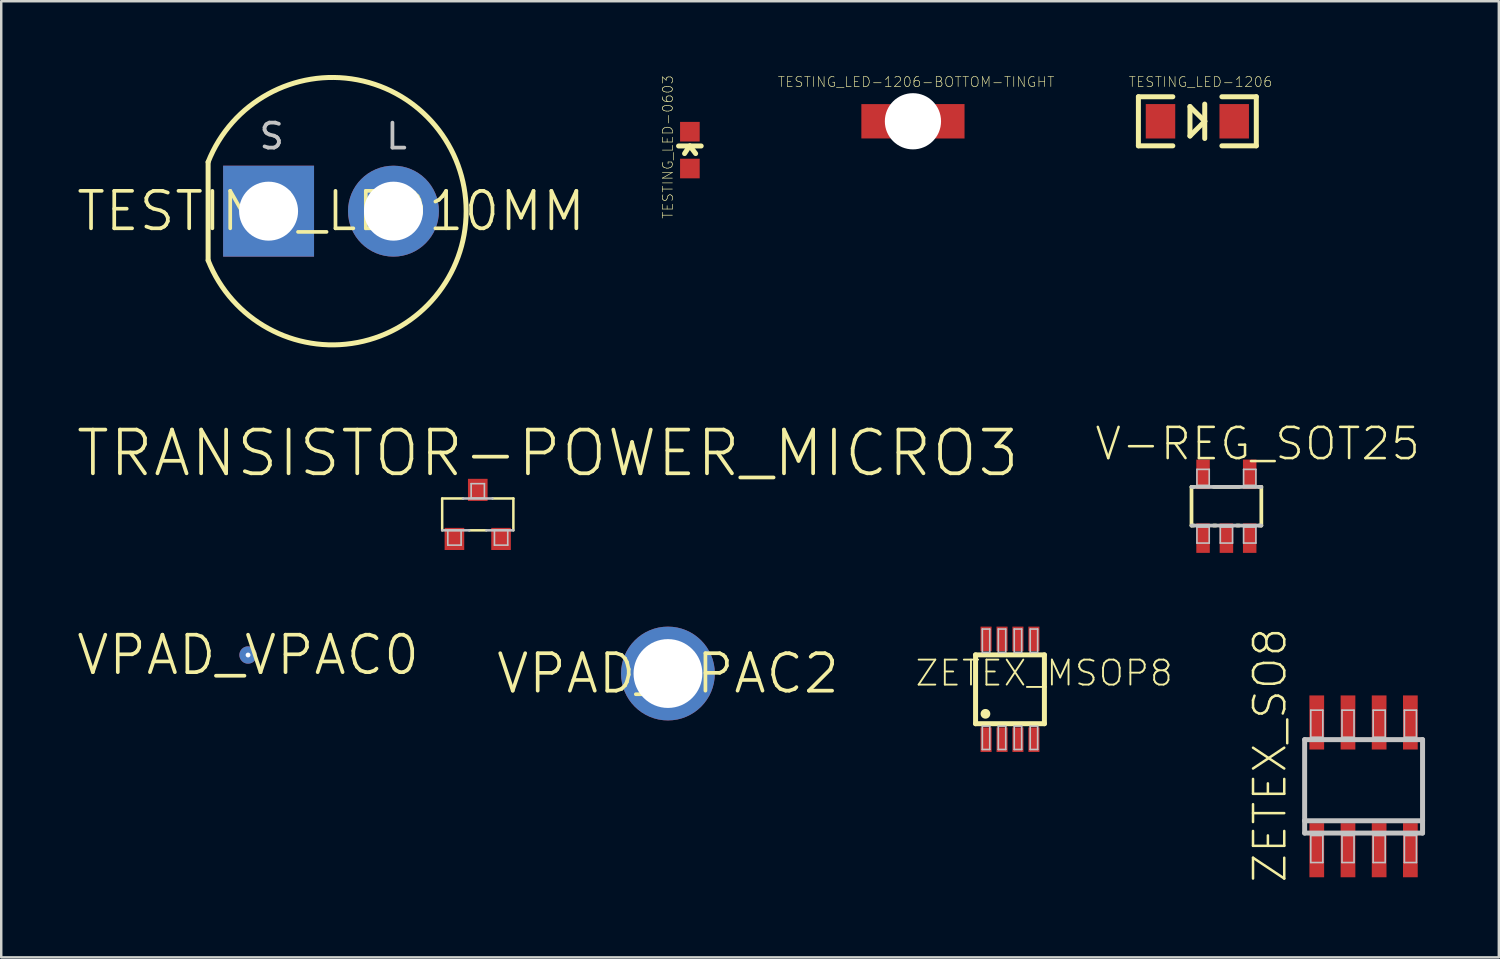
<source format=kicad_pcb>
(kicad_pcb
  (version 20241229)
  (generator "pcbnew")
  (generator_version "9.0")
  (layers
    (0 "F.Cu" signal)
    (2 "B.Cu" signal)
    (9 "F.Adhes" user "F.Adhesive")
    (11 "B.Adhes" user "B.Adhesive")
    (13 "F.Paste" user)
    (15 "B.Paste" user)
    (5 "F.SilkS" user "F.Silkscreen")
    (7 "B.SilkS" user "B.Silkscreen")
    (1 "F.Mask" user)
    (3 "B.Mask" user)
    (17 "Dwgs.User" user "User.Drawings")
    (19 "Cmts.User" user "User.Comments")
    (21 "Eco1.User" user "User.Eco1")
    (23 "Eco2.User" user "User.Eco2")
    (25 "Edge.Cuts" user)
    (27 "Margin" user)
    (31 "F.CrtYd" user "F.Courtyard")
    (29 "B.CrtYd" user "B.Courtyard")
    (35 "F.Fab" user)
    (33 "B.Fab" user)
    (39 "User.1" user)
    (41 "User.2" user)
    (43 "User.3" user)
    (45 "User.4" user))
  (footprint "TESTING_LED-0603"
    (layer "F.Cu")
    (at 25.01 3.056)
    (property "Reference" "TESTING_LED-0603" (at -0.899 -0.127 90) (layer "F.SilkS") (effects (font (size 0.406 0.406) (thickness 0.025))))
    (attr smd)
    (fp_line (start -0.46 -0.168) (end 0 -0.168) (stroke (width 0.203) (type solid)) (layer "F.SilkS"))
    (fp_line (start -0.025 -0.152) (end -0.216 0.14) (stroke (width 0.203) (type solid)) (layer "F.SilkS"))
    (fp_line (start 0 -0.168) (end 0.234 0.14) (stroke (width 0.203) (type solid)) (layer "F.SilkS"))
    (fp_line (start 0 -0.168) (end 0.46 -0.168) (stroke (width 0.203) (type solid)) (layer "F.SilkS"))
    (pad "A" smd rect (at 0 0.749) (size 0.798 0.798) (layers "F.Cu" "F.Mask" "F.Paste"))
    (pad "C" smd rect (at 0 -0.749) (size 0.798 0.798) (layers "F.Cu" "F.Mask" "F.Paste")))
  (footprint "V-REG_SOT25"
    (layer "F.Cu")
    (at 46.833 17.54)
    (property "Reference" "V-REG_SOT25" (at 1.27 -2.54 0) (layer "F.SilkS") (effects (font (size 1.27 1.27) (thickness 0.102))))
    (attr smd)
    (fp_line (start -1.42 -0.785) (end -1.326 -0.785) (stroke (width 0.152) (type solid)) (layer "F.SilkS"))
    (fp_line (start -1.42 0.785) (end -1.42 -0.785) (stroke (width 0.152) (type solid)) (layer "F.SilkS"))
    (fp_line (start -1.326 0.785) (end -1.42 0.785) (stroke (width 0.152) (type solid)) (layer "F.SilkS"))
    (fp_line (start -0.521 -0.785) (end 0.521 -0.785) (stroke (width 0.152) (type solid)) (layer "F.SilkS"))
    (fp_line (start -0.427 0.785) (end -0.521 0.785) (stroke (width 0.152) (type solid)) (layer "F.SilkS"))
    (fp_line (start 0.521 0.785) (end 0.427 0.785) (stroke (width 0.152) (type solid)) (layer "F.SilkS"))
    (fp_line (start 1.326 -0.785) (end 1.42 -0.785) (stroke (width 0.152) (type solid)) (layer "F.SilkS"))
    (fp_line (start 1.42 -0.785) (end 1.42 0.785) (stroke (width 0.152) (type solid)) (layer "F.SilkS"))
    (fp_line (start 1.42 0.785) (end 1.326 0.785) (stroke (width 0.152) (type solid)) (layer "F.SilkS"))
    (fp_line (start -1.42 -0.785) (end 1.42 -0.785) (stroke (width 0.152) (type solid)) (layer "Dwgs.User"))
    (fp_line (start -1.199 -1.499) (end -0.699 -1.499) (stroke (width 0.066) (type solid)) (layer "Dwgs.User"))
    (fp_line (start -1.199 -0.848) (end -1.199 -1.499) (stroke (width 0.066) (type solid)) (layer "Dwgs.User"))
    (fp_line (start -1.199 -0.848) (end -0.699 -0.848) (stroke (width 0.066) (type solid)) (layer "Dwgs.User"))
    (fp_line (start -1.199 0.848) (end -0.699 0.848) (stroke (width 0.066) (type solid)) (layer "Dwgs.User"))
    (fp_line (start -1.199 1.499) (end -1.199 0.848) (stroke (width 0.066) (type solid)) (layer "Dwgs.User"))
    (fp_line (start -1.199 1.499) (end -0.699 1.499) (stroke (width 0.066) (type solid)) (layer "Dwgs.User"))
    (fp_line (start -0.699 -0.848) (end -0.699 -1.499) (stroke (width 0.066) (type solid)) (layer "Dwgs.User"))
    (fp_line (start -0.699 1.499) (end -0.699 0.848) (stroke (width 0.066) (type solid)) (layer "Dwgs.User"))
    (fp_line (start -0.249 0.848) (end 0.249 0.848) (stroke (width 0.066) (type solid)) (layer "Dwgs.User"))
    (fp_line (start -0.249 1.499) (end -0.249 0.848) (stroke (width 0.066) (type solid)) (layer "Dwgs.User"))
    (fp_line (start -0.249 1.499) (end 0.249 1.499) (stroke (width 0.066) (type solid)) (layer "Dwgs.User"))
    (fp_line (start 0.249 1.499) (end 0.249 0.848) (stroke (width 0.066) (type solid)) (layer "Dwgs.User"))
    (fp_line (start 0.699 -1.499) (end 1.199 -1.499) (stroke (width 0.066) (type solid)) (layer "Dwgs.User"))
    (fp_line (start 0.699 -0.848) (end 0.699 -1.499) (stroke (width 0.066) (type solid)) (layer "Dwgs.User"))
    (fp_line (start 0.699 -0.848) (end 1.199 -0.848) (stroke (width 0.066) (type solid)) (layer "Dwgs.User"))
    (fp_line (start 0.699 0.848) (end 1.199 0.848) (stroke (width 0.066) (type solid)) (layer "Dwgs.User"))
    (fp_line (start 0.699 1.499) (end 0.699 0.848) (stroke (width 0.066) (type solid)) (layer "Dwgs.User"))
    (fp_line (start 0.699 1.499) (end 1.199 1.499) (stroke (width 0.066) (type solid)) (layer "Dwgs.User"))
    (fp_line (start 1.199 -0.848) (end 1.199 -1.499) (stroke (width 0.066) (type solid)) (layer "Dwgs.User"))
    (fp_line (start 1.199 1.499) (end 1.199 0.848) (stroke (width 0.066) (type solid)) (layer "Dwgs.User"))
    (fp_line (start 1.42 0.785) (end -1.42 0.785) (stroke (width 0.152) (type solid)) (layer "Dwgs.User"))
    (pad "1" smd rect (at -0.95 1.298) (size 0.549 1.199) (layers "F.Cu" "F.Mask" "F.Paste"))
    (pad "2" smd rect (at 0 1.298) (size 0.549 1.199) (layers "F.Cu" "F.Mask" "F.Paste"))
    (pad "3" smd rect (at 0.947 1.298) (size 0.549 1.199) (layers "F.Cu" "F.Mask" "F.Paste"))
    (pad "4" smd rect (at 0.947 -1.298) (size 0.549 1.199) (layers "F.Cu" "F.Mask" "F.Paste"))
    (pad "5" smd rect (at -0.95 -1.298) (size 0.549 1.199) (layers "F.Cu" "F.Mask" "F.Paste")))
  (footprint "TESTING_LED10MM"
    (layer "F.Cu")
    (at 10.414 5.539)
    (property "Reference" "TESTING_LED10MM" (at 0 0 0) (layer "F.SilkS") (effects (font (size 1.524 1.524) (thickness 0.15))))
    (attr exclude_from_pos_files exclude_from_bom)
    (fp_line (start -4.999 -1.999) (end -4.999 1.999) (stroke (width 0.203) (type solid)) (layer "F.SilkS"))
    (fp_arc (start -4.99872 -1.99898) (mid 5.496303 -0.003053) (end -4.996472 2.004657) (stroke (width 0.2032) (type solid)) (layer "F.SilkS"))
    (fp_text user "S" (at -2.413 -3.048 0) (layer "Dwgs.User") (effects (font (size 1.016 1.016) (thickness 0.152))))
    (fp_text user "L" (at 2.667 -3.048 0) (layer "Dwgs.User") (effects (font (size 1.016 1.016) (thickness 0.152))))
    (pad "A" thru_hole circle (at 2.54 0) (size 3.698 3.698) (drill 2.398) (layers "*.Cu" "*.Paste" "*.Mask"))
    (pad "C" thru_hole rect (at -2.54 0) (size 3.698 3.698) (drill 2.398) (layers "*.Cu" "*.Paste" "*.Mask")))
  (footprint "TESTING_LED-1206"
    (layer "F.Cu")
    (at 45.651 1.883)
    (property "Reference" "TESTING_LED-1206" (at 0.127 -1.6 0) (layer "F.SilkS") (effects (font (size 0.406 0.406) (thickness 0.025))))
    (attr smd)
    (fp_line (start -2.398 -0.998) (end -2.398 0.998) (stroke (width 0.203) (type solid)) (layer "F.SilkS"))
    (fp_line (start -2.398 0.998) (end -0.998 0.998) (stroke (width 0.203) (type solid)) (layer "F.SilkS"))
    (fp_line (start -0.998 -0.998) (end -2.398 -0.998) (stroke (width 0.203) (type solid)) (layer "F.SilkS"))
    (fp_line (start -0.3 -0.599) (end -0.3 0.599) (stroke (width 0.203) (type solid)) (layer "F.SilkS"))
    (fp_line (start -0.3 0.599) (end 0.3 0) (stroke (width 0.203) (type solid)) (layer "F.SilkS"))
    (fp_line (start 0.3 -0.699) (end 0.3 0) (stroke (width 0.203) (type solid)) (layer "F.SilkS"))
    (fp_line (start 0.3 0) (end -0.3 -0.599) (stroke (width 0.203) (type solid)) (layer "F.SilkS"))
    (fp_line (start 0.3 0) (end 0.3 0.699) (stroke (width 0.203) (type solid)) (layer "F.SilkS"))
    (fp_line (start 0.998 -0.998) (end 2.398 -0.998) (stroke (width 0.203) (type solid)) (layer "F.SilkS"))
    (fp_line (start 2.398 -0.998) (end 2.398 0.998) (stroke (width 0.203) (type solid)) (layer "F.SilkS"))
    (fp_line (start 2.398 0.998) (end 0.998 0.998) (stroke (width 0.203) (type solid)) (layer "F.SilkS"))
    (pad "A" smd rect (at -1.499 0) (size 1.199 1.4) (layers "F.Cu" "F.Mask" "F.Paste"))
    (pad "C" smd rect (at 1.499 0) (size 1.199 1.4) (layers "F.Cu" "F.Mask" "F.Paste")))
  (footprint "TRANSISTOR-POWER_MICRO3"
    (layer "F.Cu")
    (at 16.383 17.873)
    (property "Reference" "TRANSISTOR-POWER_MICRO3" (at 2.845 -2.487 0) (layer "F.SilkS") (effects (font (size 1.778 1.778) (thickness 0.152))))
    (attr smd)
    (fp_line (start -1.448 -0.648) (end -0.599 -0.648) (stroke (width 0.102) (type solid)) (layer "F.SilkS"))
    (fp_line (start -1.448 0.648) (end -1.448 -0.648) (stroke (width 0.102) (type solid)) (layer "F.SilkS"))
    (fp_line (start 0.348 0.648) (end -0.348 0.648) (stroke (width 0.102) (type solid)) (layer "F.SilkS"))
    (fp_line (start 0.599 -0.648) (end 1.448 -0.648) (stroke (width 0.102) (type solid)) (layer "F.SilkS"))
    (fp_line (start 1.448 -0.648) (end 1.448 0.648) (stroke (width 0.102) (type solid)) (layer "F.SilkS"))
    (fp_line (start -1.219 0.648) (end -0.678 0.648) (stroke (width 0.066) (type solid)) (layer "Dwgs.User"))
    (fp_line (start -1.219 1.25) (end -1.219 0.648) (stroke (width 0.066) (type solid)) (layer "Dwgs.User"))
    (fp_line (start -1.219 1.25) (end -0.678 1.25) (stroke (width 0.066) (type solid)) (layer "Dwgs.User"))
    (fp_line (start -0.678 1.25) (end -0.678 0.648) (stroke (width 0.066) (type solid)) (layer "Dwgs.User"))
    (fp_line (start -0.599 -0.648) (end 0.599 -0.648) (stroke (width 0.102) (type solid)) (layer "Dwgs.User"))
    (fp_line (start -0.348 0.648) (end -1.448 0.648) (stroke (width 0.102) (type solid)) (layer "Dwgs.User"))
    (fp_line (start -0.269 -1.25) (end 0.269 -1.25) (stroke (width 0.066) (type solid)) (layer "Dwgs.User"))
    (fp_line (start -0.269 -0.658) (end -0.269 -1.25) (stroke (width 0.066) (type solid)) (layer "Dwgs.User"))
    (fp_line (start -0.269 -0.658) (end 0.269 -0.658) (stroke (width 0.066) (type solid)) (layer "Dwgs.User"))
    (fp_line (start 0.269 -0.658) (end 0.269 -1.25) (stroke (width 0.066) (type solid)) (layer "Dwgs.User"))
    (fp_line (start 0.678 0.638) (end 1.219 0.638) (stroke (width 0.066) (type solid)) (layer "Dwgs.User"))
    (fp_line (start 0.678 1.25) (end 0.678 0.638) (stroke (width 0.066) (type solid)) (layer "Dwgs.User"))
    (fp_line (start 0.678 1.25) (end 1.219 1.25) (stroke (width 0.066) (type solid)) (layer "Dwgs.User"))
    (fp_line (start 1.219 1.25) (end 1.219 0.638) (stroke (width 0.066) (type solid)) (layer "Dwgs.User"))
    (fp_line (start 1.448 0.648) (end 0.348 0.648) (stroke (width 0.102) (type solid)) (layer "Dwgs.User"))
    (pad "1" smd rect (at -0.95 0.998) (size 0.798 0.899) (layers "F.Cu" "F.Mask" "F.Paste"))
    (pad "2" smd rect (at 0.947 0.998) (size 0.798 0.899) (layers "F.Cu" "F.Mask" "F.Paste"))
    (pad "3" smd rect (at 0 -0.998) (size 0.798 0.899) (layers "F.Cu" "F.Mask" "F.Paste")))
  (footprint "ZETEX_MSOP8"
    (layer "F.Cu")
    (at 38.03 24.986)
    (property "Reference" "ZETEX_MSOP8" (at 1.389 -0.658 0) (layer "F.SilkS") (effects (font (size 1.016 1.016) (thickness 0.076))))
    (attr smd)
    (fp_line (start -1.4 -1.4) (end 1.4 -1.4) (stroke (width 0.203) (type solid)) (layer "F.SilkS"))
    (fp_line (start -1.4 1.4) (end -1.4 -1.4) (stroke (width 0.203) (type solid)) (layer "F.SilkS"))
    (fp_line (start 1.4 -1.4) (end 1.4 1.4) (stroke (width 0.203) (type solid)) (layer "F.SilkS"))
    (fp_line (start 1.4 1.4) (end -1.4 1.4) (stroke (width 0.203) (type solid)) (layer "F.SilkS"))
    (fp_circle (center -0.998 0.998) (end -0.998 0.8) (stroke (width 0) (type solid)) (fill yes) (layer "F.SilkS"))
    (fp_line (start -1.125 -2.449) (end -0.823 -2.449) (stroke (width 0.066) (type solid)) (layer "Dwgs.User"))
    (fp_line (start -1.125 -1.499) (end -1.125 -2.449) (stroke (width 0.066) (type solid)) (layer "Dwgs.User"))
    (fp_line (start -1.125 -1.499) (end -0.823 -1.499) (stroke (width 0.066) (type solid)) (layer "Dwgs.User"))
    (fp_line (start -1.125 1.499) (end -0.823 1.499) (stroke (width 0.066) (type solid)) (layer "Dwgs.User"))
    (fp_line (start -1.125 2.449) (end -1.125 1.499) (stroke (width 0.066) (type solid)) (layer "Dwgs.User"))
    (fp_line (start -1.125 2.449) (end -0.823 2.449) (stroke (width 0.066) (type solid)) (layer "Dwgs.User"))
    (fp_line (start -0.823 -1.499) (end -0.823 -2.449) (stroke (width 0.066) (type solid)) (layer "Dwgs.User"))
    (fp_line (start -0.823 2.449) (end -0.823 1.499) (stroke (width 0.066) (type solid)) (layer "Dwgs.User"))
    (fp_line (start -0.475 -2.449) (end -0.173 -2.449) (stroke (width 0.066) (type solid)) (layer "Dwgs.User"))
    (fp_line (start -0.475 -1.499) (end -0.475 -2.449) (stroke (width 0.066) (type solid)) (layer "Dwgs.User"))
    (fp_line (start -0.475 -1.499) (end -0.173 -1.499) (stroke (width 0.066) (type solid)) (layer "Dwgs.User"))
    (fp_line (start -0.475 1.499) (end -0.173 1.499) (stroke (width 0.066) (type solid)) (layer "Dwgs.User"))
    (fp_line (start -0.475 2.449) (end -0.475 1.499) (stroke (width 0.066) (type solid)) (layer "Dwgs.User"))
    (fp_line (start -0.475 2.449) (end -0.173 2.449) (stroke (width 0.066) (type solid)) (layer "Dwgs.User"))
    (fp_line (start -0.173 -1.499) (end -0.173 -2.449) (stroke (width 0.066) (type solid)) (layer "Dwgs.User"))
    (fp_line (start -0.173 2.449) (end -0.173 1.499) (stroke (width 0.066) (type solid)) (layer "Dwgs.User"))
    (fp_line (start 0.173 -2.449) (end 0.475 -2.449) (stroke (width 0.066) (type solid)) (layer "Dwgs.User"))
    (fp_line (start 0.173 -1.499) (end 0.173 -2.449) (stroke (width 0.066) (type solid)) (layer "Dwgs.User"))
    (fp_line (start 0.173 -1.499) (end 0.475 -1.499) (stroke (width 0.066) (type solid)) (layer "Dwgs.User"))
    (fp_line (start 0.173 1.499) (end 0.475 1.499) (stroke (width 0.066) (type solid)) (layer "Dwgs.User"))
    (fp_line (start 0.173 2.449) (end 0.173 1.499) (stroke (width 0.066) (type solid)) (layer "Dwgs.User"))
    (fp_line (start 0.173 2.449) (end 0.475 2.449) (stroke (width 0.066) (type solid)) (layer "Dwgs.User"))
    (fp_line (start 0.475 -1.499) (end 0.475 -2.449) (stroke (width 0.066) (type solid)) (layer "Dwgs.User"))
    (fp_line (start 0.475 2.449) (end 0.475 1.499) (stroke (width 0.066) (type solid)) (layer "Dwgs.User"))
    (fp_line (start 0.823 -2.449) (end 1.125 -2.449) (stroke (width 0.066) (type solid)) (layer "Dwgs.User"))
    (fp_line (start 0.823 -1.499) (end 0.823 -2.449) (stroke (width 0.066) (type solid)) (layer "Dwgs.User"))
    (fp_line (start 0.823 -1.499) (end 1.125 -1.499) (stroke (width 0.066) (type solid)) (layer "Dwgs.User"))
    (fp_line (start 0.823 1.499) (end 1.125 1.499) (stroke (width 0.066) (type solid)) (layer "Dwgs.User"))
    (fp_line (start 0.823 2.449) (end 0.823 1.499) (stroke (width 0.066) (type solid)) (layer "Dwgs.User"))
    (fp_line (start 0.823 2.449) (end 1.125 2.449) (stroke (width 0.066) (type solid)) (layer "Dwgs.User"))
    (fp_line (start 1.125 -1.499) (end 1.125 -2.449) (stroke (width 0.066) (type solid)) (layer "Dwgs.User"))
    (fp_line (start 1.125 2.449) (end 1.125 1.499) (stroke (width 0.066) (type solid)) (layer "Dwgs.User"))
    (pad "1" smd rect (at -0.973 2.05) (size 0.45 0.998) (layers "F.Cu" "F.Mask" "F.Paste"))
    (pad "2" smd rect (at -0.323 2.05) (size 0.45 0.998) (layers "F.Cu" "F.Mask" "F.Paste"))
    (pad "3" smd rect (at 0.323 2.05) (size 0.45 0.998) (layers "F.Cu" "F.Mask" "F.Paste"))
    (pad "4" smd rect (at 0.973 2.05) (size 0.45 0.998) (layers "F.Cu" "F.Mask" "F.Paste"))
    (pad "5" smd rect (at 0.973 -2.05) (size 0.45 0.998) (layers "F.Cu" "F.Mask" "F.Paste"))
    (pad "6" smd rect (at 0.323 -2.05) (size 0.45 0.998) (layers "F.Cu" "F.Mask" "F.Paste"))
    (pad "7" smd rect (at -0.323 -2.05) (size 0.45 0.998) (layers "F.Cu" "F.Mask" "F.Paste"))
    (pad "8" smd rect (at -0.973 -2.05) (size 0.45 0.998) (layers "F.Cu" "F.Mask" "F.Paste")))
  (footprint "VPAD_VPAC0"
    (layer "F.Cu")
    (at 7.039 23.592)
    (property "Reference" "VPAD_VPAC0" (at 0 0 0) (layer "F.SilkS") (effects (font (size 1.524 1.524) (thickness 0.15))))
    (attr exclude_from_pos_files exclude_from_bom)
    (pad "VP" thru_hole circle (at 0 0) (size 0.706 0.706) (drill 0.198) (layers "*.Cu" "*.Paste" "*.Mask")))
  (footprint "VPAD_VPAC2"
    (layer "F.Cu")
    (at 24.118 24.345)
    (property "Reference" "VPAD_VPAC2" (at 0 0 0) (layer "F.SilkS") (effects (font (size 1.524 1.524) (thickness 0.15))))
    (attr exclude_from_pos_files exclude_from_bom)
    (pad "VP" thru_hole circle (at 0 0) (size 3.815 3.815) (drill 2.799) (layers "*.Cu" "*.Paste" "*.Mask")))
  (footprint "TESTING_LED-1206-BOTTOM-TINGHT"
    (layer "F.Cu")
    (at 34.083 1.883)
    (property "Reference" "TESTING_LED-1206-BOTTOM-TINGHT" (at 0.127 -1.6 0) (layer "F.SilkS") (effects (font (size 0.406 0.406) (thickness 0.025))))
    (attr smd)
    (fp_line (start -0.3 -0.599) (end -0.3 0.599) (stroke (width 0.203) (type solid)) (layer "Dwgs.User"))
    (fp_line (start -0.3 0.599) (end 0.3 0) (stroke (width 0.203) (type solid)) (layer "Dwgs.User"))
    (fp_line (start 0.3 -0.699) (end 0.3 0) (stroke (width 0.203) (type solid)) (layer "Dwgs.User"))
    (fp_line (start 0.3 0) (end -0.3 -0.599) (stroke (width 0.203) (type solid)) (layer "Dwgs.User"))
    (fp_line (start 0.3 0) (end 0.3 0.699) (stroke (width 0.203) (type solid)) (layer "Dwgs.User"))
    (pad "" np_thru_hole circle (at 0 0) (size 2.286 2.286) (drill 2.286) (layers "*.Cu" "*.Mask"))
    (pad "A" smd rect (at -1.499 0) (size 1.199 1.397) (layers "F.Cu" "F.Mask" "F.Paste"))
    (pad "C" smd rect (at 1.499 0) (size 1.199 1.4) (layers "F.Cu" "F.Mask" "F.Paste")))
  (footprint "ZETEX_SO8"
    (layer "F.Cu")
    (at 52.413 28.934)
    (property "Reference" "ZETEX_SO8" (at -3.81 -1.27 90) (layer "F.SilkS") (effects (font (size 1.27 1.27) (thickness 0.102))))
    (attr smd)
    (fp_line (start -2.398 -1.9) (end 2.398 -1.9) (stroke (width 0.203) (type solid)) (layer "Dwgs.User"))
    (fp_line (start -2.398 1.4) (end -2.398 -1.9) (stroke (width 0.203) (type solid)) (layer "Dwgs.User"))
    (fp_line (start -2.398 1.9) (end -2.398 1.4) (stroke (width 0.203) (type solid)) (layer "Dwgs.User"))
    (fp_line (start -2.149 -3.099) (end -1.659 -3.099) (stroke (width 0.066) (type solid)) (layer "Dwgs.User"))
    (fp_line (start -2.149 -1.999) (end -2.149 -3.099) (stroke (width 0.066) (type solid)) (layer "Dwgs.User"))
    (fp_line (start -2.149 -1.999) (end -1.659 -1.999) (stroke (width 0.066) (type solid)) (layer "Dwgs.User"))
    (fp_line (start -2.149 1.999) (end -1.659 1.999) (stroke (width 0.066) (type solid)) (layer "Dwgs.User"))
    (fp_line (start -2.149 3.099) (end -2.149 1.999) (stroke (width 0.066) (type solid)) (layer "Dwgs.User"))
    (fp_line (start -2.149 3.099) (end -1.659 3.099) (stroke (width 0.066) (type solid)) (layer "Dwgs.User"))
    (fp_line (start -1.659 -1.999) (end -1.659 -3.099) (stroke (width 0.066) (type solid)) (layer "Dwgs.User"))
    (fp_line (start -1.659 3.099) (end -1.659 1.999) (stroke (width 0.066) (type solid)) (layer "Dwgs.User"))
    (fp_line (start -0.879 -3.099) (end -0.389 -3.099) (stroke (width 0.066) (type solid)) (layer "Dwgs.User"))
    (fp_line (start -0.879 -1.999) (end -0.879 -3.099) (stroke (width 0.066) (type solid)) (layer "Dwgs.User"))
    (fp_line (start -0.879 -1.999) (end -0.389 -1.999) (stroke (width 0.066) (type solid)) (layer "Dwgs.User"))
    (fp_line (start -0.879 1.999) (end -0.389 1.999) (stroke (width 0.066) (type solid)) (layer "Dwgs.User"))
    (fp_line (start -0.879 3.099) (end -0.879 1.999) (stroke (width 0.066) (type solid)) (layer "Dwgs.User"))
    (fp_line (start -0.879 3.099) (end -0.389 3.099) (stroke (width 0.066) (type solid)) (layer "Dwgs.User"))
    (fp_line (start -0.389 -1.999) (end -0.389 -3.099) (stroke (width 0.066) (type solid)) (layer "Dwgs.User"))
    (fp_line (start -0.389 3.099) (end -0.389 1.999) (stroke (width 0.066) (type solid)) (layer "Dwgs.User"))
    (fp_line (start 0.389 -3.099) (end 0.879 -3.099) (stroke (width 0.066) (type solid)) (layer "Dwgs.User"))
    (fp_line (start 0.389 -1.999) (end 0.389 -3.099) (stroke (width 0.066) (type solid)) (layer "Dwgs.User"))
    (fp_line (start 0.389 -1.999) (end 0.879 -1.999) (stroke (width 0.066) (type solid)) (layer "Dwgs.User"))
    (fp_line (start 0.389 1.999) (end 0.879 1.999) (stroke (width 0.066) (type solid)) (layer "Dwgs.User"))
    (fp_line (start 0.389 3.099) (end 0.389 1.999) (stroke (width 0.066) (type solid)) (layer "Dwgs.User"))
    (fp_line (start 0.389 3.099) (end 0.879 3.099) (stroke (width 0.066) (type solid)) (layer "Dwgs.User"))
    (fp_line (start 0.879 -1.999) (end 0.879 -3.099) (stroke (width 0.066) (type solid)) (layer "Dwgs.User"))
    (fp_line (start 0.879 3.099) (end 0.879 1.999) (stroke (width 0.066) (type solid)) (layer "Dwgs.User"))
    (fp_line (start 1.659 -3.099) (end 2.149 -3.099) (stroke (width 0.066) (type solid)) (layer "Dwgs.User"))
    (fp_line (start 1.659 -1.999) (end 1.659 -3.099) (stroke (width 0.066) (type solid)) (layer "Dwgs.User"))
    (fp_line (start 1.659 -1.999) (end 2.149 -1.999) (stroke (width 0.066) (type solid)) (layer "Dwgs.User"))
    (fp_line (start 1.659 1.999) (end 2.149 1.999) (stroke (width 0.066) (type solid)) (layer "Dwgs.User"))
    (fp_line (start 1.659 3.099) (end 1.659 1.999) (stroke (width 0.066) (type solid)) (layer "Dwgs.User"))
    (fp_line (start 1.659 3.099) (end 2.149 3.099) (stroke (width 0.066) (type solid)) (layer "Dwgs.User"))
    (fp_line (start 2.149 -1.999) (end 2.149 -3.099) (stroke (width 0.066) (type solid)) (layer "Dwgs.User"))
    (fp_line (start 2.149 3.099) (end 2.149 1.999) (stroke (width 0.066) (type solid)) (layer "Dwgs.User"))
    (fp_line (start 2.398 -1.9) (end 2.398 1.4) (stroke (width 0.203) (type solid)) (layer "Dwgs.User"))
    (fp_line (start 2.398 1.4) (end -2.398 1.4) (stroke (width 0.203) (type solid)) (layer "Dwgs.User"))
    (fp_line (start 2.398 1.4) (end 2.398 1.9) (stroke (width 0.203) (type solid)) (layer "Dwgs.User"))
    (fp_line (start 2.398 1.9) (end -2.398 1.9) (stroke (width 0.203) (type solid)) (layer "Dwgs.User"))
    (pad "1" smd rect (at -1.905 2.598) (size 0.599 2.2) (layers "F.Cu" "F.Mask" "F.Paste"))
    (pad "2" smd rect (at -0.635 2.598) (size 0.599 2.2) (layers "F.Cu" "F.Mask" "F.Paste"))
    (pad "3" smd rect (at 0.632 2.598) (size 0.599 2.2) (layers "F.Cu" "F.Mask" "F.Paste"))
    (pad "4" smd rect (at 1.902 2.598) (size 0.599 2.2) (layers "F.Cu" "F.Mask" "F.Paste"))
    (pad "5" smd rect (at 1.902 -2.598) (size 0.599 2.2) (layers "F.Cu" "F.Mask" "F.Paste"))
    (pad "6" smd rect (at 0.632 -2.598) (size 0.599 2.2) (layers "F.Cu" "F.Mask" "F.Paste"))
    (pad "7" smd rect (at -0.635 -2.598) (size 0.599 2.2) (layers "F.Cu" "F.Mask" "F.Paste"))
    (pad "8" smd rect (at -1.905 -2.598) (size 0.599 2.2) (layers "F.Cu" "F.Mask" "F.Paste")))
  (gr_rect
    (start -3 -3)
    (end 57.913 35.89)
    (stroke (width 0.1) (type default))
    (fill no)
    (layer "Edge.Cuts")))
</source>
